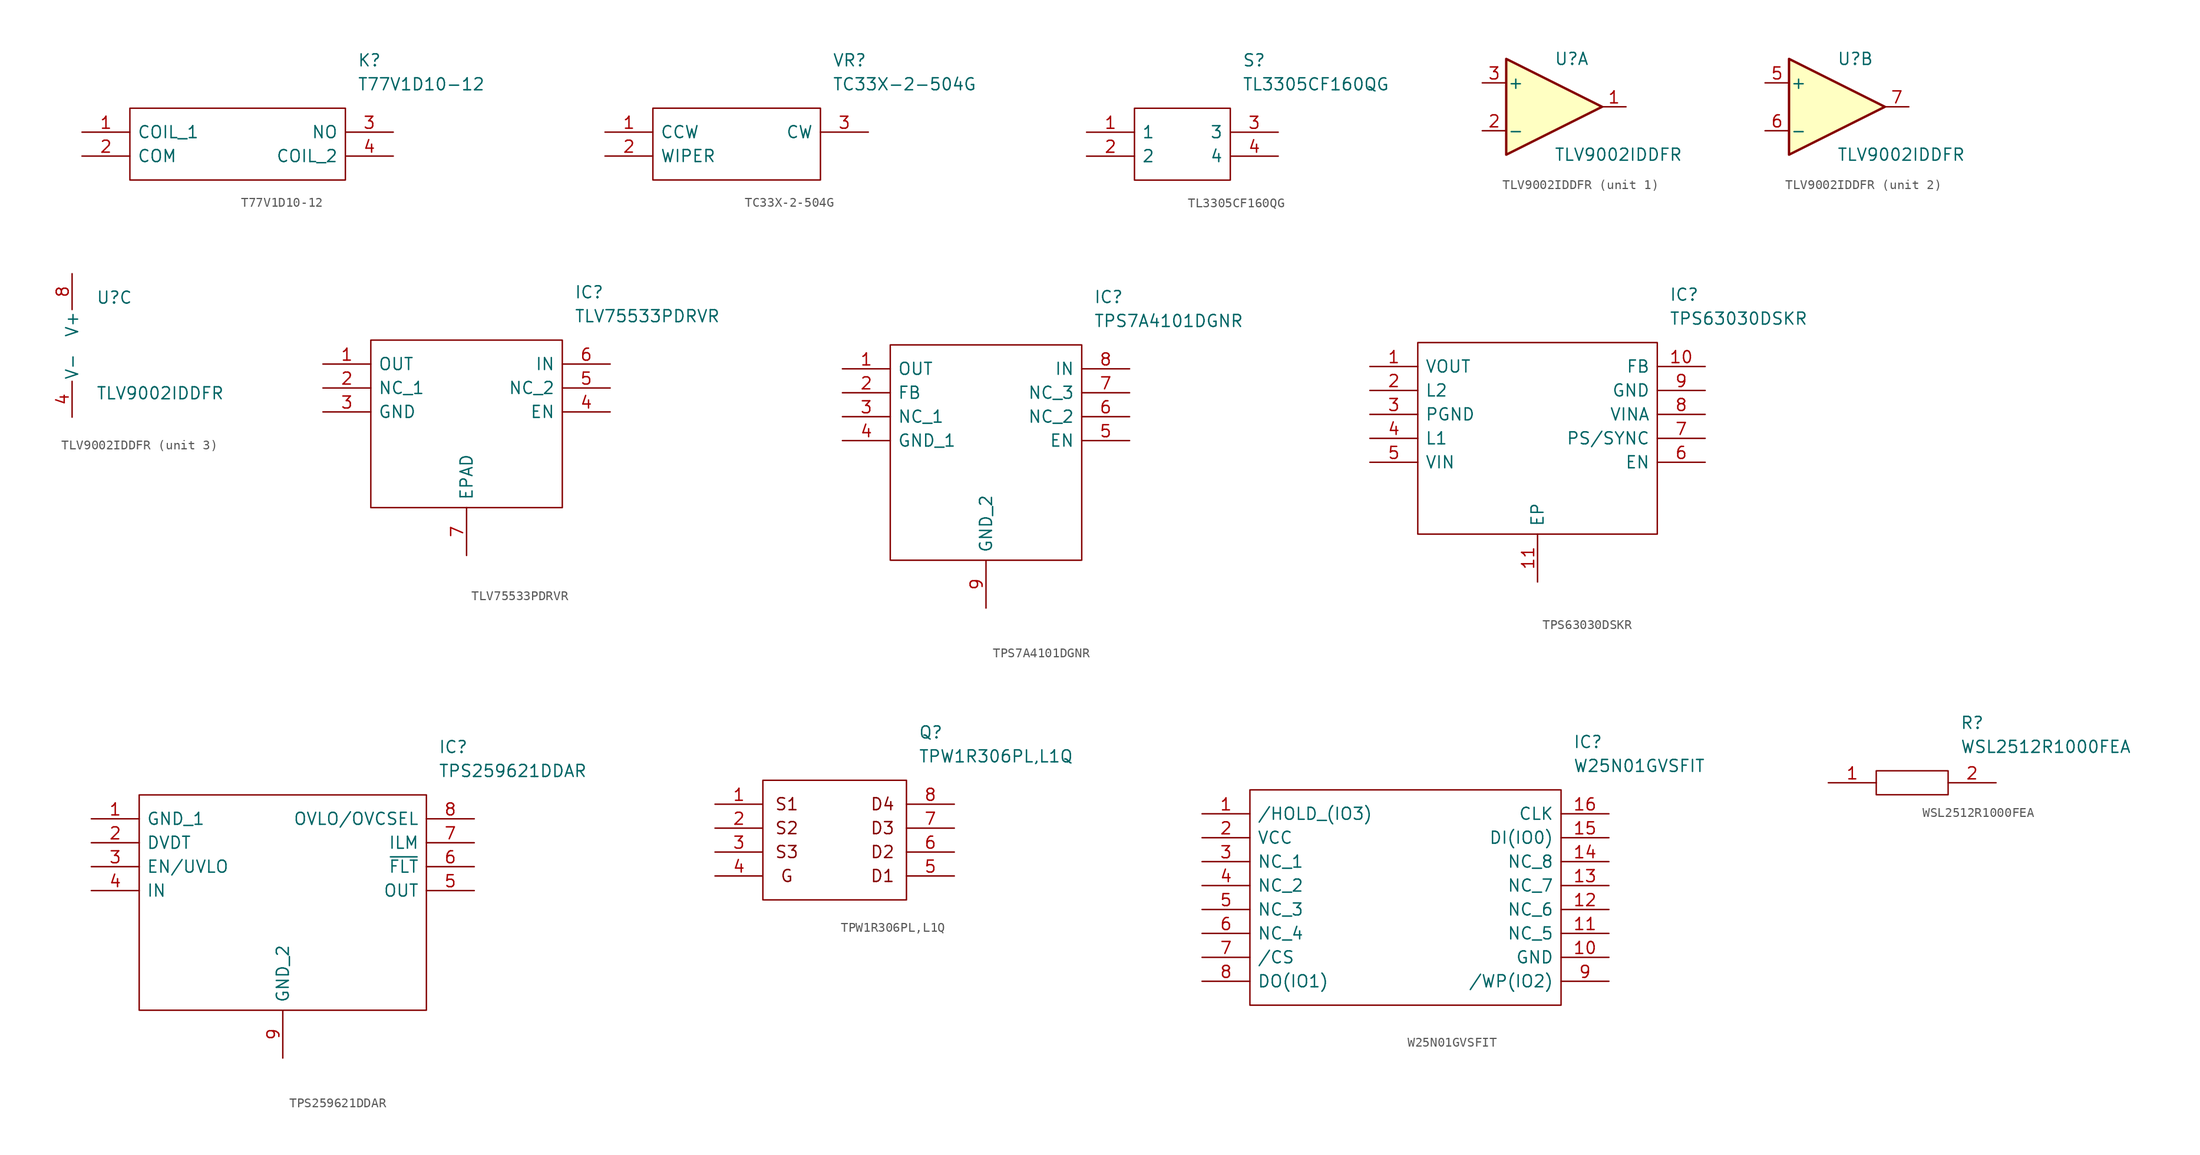
<source format=kicad_sym>
(kicad_symbol_lib
  (version 20211014)
  (generator kicad_symbol_editor)
  (symbol "T77V1D10-12"
    (pin_names
      (offset 0.762))
    (property "Reference" "K"
      (at 29.21 7.62 0)
      (effects (font (size 1.27 1.27)) (justify left)))
    (property "Value" "T77V1D10-12"
      (at 29.21 5.08 0)
      (effects (font (size 1.27 1.27)) (justify left)))
    (symbol "T77V1D10-12_0_0"
      (pin bidirectional line (at 0 0 0) (length 5.08) (name "COIL_1" (effects (font (size 1.27 1.27)))) (number "1" (effects (font (size 1.27 1.27)))))
      (pin bidirectional line (at 0 -2.54 0) (length 5.08) (name "COM" (effects (font (size 1.27 1.27)))) (number "2" (effects (font (size 1.27 1.27)))))
      (pin bidirectional line (at 33.02 0 180) (length 5.08) (name "NO" (effects (font (size 1.27 1.27)))) (number "3" (effects (font (size 1.27 1.27)))))
      (pin bidirectional line (at 33.02 -2.54 180) (length 5.08) (name "COIL_2" (effects (font (size 1.27 1.27)))) (number "4" (effects (font (size 1.27 1.27))))))
    (symbol "T77V1D10-12_0_1"
      (polyline (pts (xy 5.08 2.54) (xy 27.94 2.54) (xy 27.94 -5.08) (xy 5.08 -5.08) (xy 5.08 2.54)) (stroke (width 0.152) (type default) (color 0 0 0 0)) (fill (type none)))))
  (symbol "TC33X-2-504G"
    (pin_names
      (offset 0.762))
    (property "Reference" "VR"
      (at 24.13 7.62 0)
      (effects (font (size 1.27 1.27)) (justify left)))
    (property "Value" "TC33X-2-504G"
      (at 24.13 5.08 0)
      (effects (font (size 1.27 1.27)) (justify left)))
    (symbol "TC33X-2-504G_0_0"
      (pin passive line (at 0 0 0) (length 5.08) (name "CCW" (effects (font (size 1.27 1.27)))) (number "1" (effects (font (size 1.27 1.27)))))
      (pin passive line (at 0 -2.54 0) (length 5.08) (name "WIPER" (effects (font (size 1.27 1.27)))) (number "2" (effects (font (size 1.27 1.27)))))
      (pin passive line (at 27.94 0 180) (length 5.08) (name "CW" (effects (font (size 1.27 1.27)))) (number "3" (effects (font (size 1.27 1.27))))))
    (symbol "TC33X-2-504G_0_1"
      (polyline (pts (xy 5.08 2.54) (xy 22.86 2.54) (xy 22.86 -5.08) (xy 5.08 -5.08) (xy 5.08 2.54)) (stroke (width 0.152) (type default) (color 0 0 0 0)) (fill (type none)))))
  (symbol "TL3305CF160QG"
    (pin_names
      (offset 0.762))
    (property "Reference" "S"
      (at 16.51 7.62 0)
      (effects (font (size 1.27 1.27)) (justify left)))
    (property "Value" "TL3305CF160QG"
      (at 16.51 5.08 0)
      (effects (font (size 1.27 1.27)) (justify left)))
    (symbol "TL3305CF160QG_0_0"
      (pin bidirectional line (at 0 0 0) (length 5.08) (name "1" (effects (font (size 1.27 1.27)))) (number "1" (effects (font (size 1.27 1.27)))))
      (pin bidirectional line (at 0 -2.54 0) (length 5.08) (name "2" (effects (font (size 1.27 1.27)))) (number "2" (effects (font (size 1.27 1.27)))))
      (pin bidirectional line (at 20.32 0 180) (length 5.08) (name "3" (effects (font (size 1.27 1.27)))) (number "3" (effects (font (size 1.27 1.27)))))
      (pin bidirectional line (at 20.32 -2.54 180) (length 5.08) (name "4" (effects (font (size 1.27 1.27)))) (number "4" (effects (font (size 1.27 1.27))))))
    (symbol "TL3305CF160QG_0_1"
      (polyline (pts (xy 5.08 2.54) (xy 15.24 2.54) (xy 15.24 -5.08) (xy 5.08 -5.08) (xy 5.08 2.54)) (stroke (width 0.152) (type default) (color 0 0 0 0)) (fill (type none)))))
  (symbol "TLV9002IDDFR"
    (pin_names
      (offset 0.127))
    (property "Reference" "U"
      (at 0 5.08 0)
      (effects (font (size 1.27 1.27)) (justify left)))
    (property "Value" "TLV9002IDDFR"
      (at 0 -5.08 0)
      (effects (font (size 1.27 1.27)) (justify left)))
    (property "ki_locked" ""
      (at 0 0 0)
      (effects (font (size 1.27 1.27))))
    (symbol "TLV9002IDDFR_1_1"
      (polyline (pts (xy -5.08 5.08) (xy 5.08 0) (xy -5.08 -5.08) (xy -5.08 5.08)) (stroke (width 0.254) (type default) (color 0 0 0 0)) (fill (type background)))
      (pin output line (at 7.62 0 180) (length 2.54) (name "~" (effects (font (size 1.27 1.27)))) (number "1" (effects (font (size 1.27 1.27)))))
      (pin input line (at -7.62 -2.54 0) (length 2.54) (name "-" (effects (font (size 1.27 1.27)))) (number "2" (effects (font (size 1.27 1.27)))))
      (pin input line (at -7.62 2.54 0) (length 2.54) (name "+" (effects (font (size 1.27 1.27)))) (number "3" (effects (font (size 1.27 1.27))))))
    (symbol "TLV9002IDDFR_2_1"
      (polyline (pts (xy -5.08 5.08) (xy 5.08 0) (xy -5.08 -5.08) (xy -5.08 5.08)) (stroke (width 0.254) (type default) (color 0 0 0 0)) (fill (type background)))
      (pin input line (at -7.62 2.54 0) (length 2.54) (name "+" (effects (font (size 1.27 1.27)))) (number "5" (effects (font (size 1.27 1.27)))))
      (pin input line (at -7.62 -2.54 0) (length 2.54) (name "-" (effects (font (size 1.27 1.27)))) (number "6" (effects (font (size 1.27 1.27)))))
      (pin output line (at 7.62 0 180) (length 2.54) (name "~" (effects (font (size 1.27 1.27)))) (number "7" (effects (font (size 1.27 1.27))))))
    (symbol "TLV9002IDDFR_3_1"
      (pin power_in line (at -2.54 -7.62 90) (length 3.81) (name "V-" (effects (font (size 1.27 1.27)))) (number "4" (effects (font (size 1.27 1.27)))))
      (pin power_in line (at -2.54 7.62 270) (length 3.81) (name "V+" (effects (font (size 1.27 1.27)))) (number "8" (effects (font (size 1.27 1.27)))))))
  (symbol "TLV75533PDRVR"
    (pin_names
      (offset 0.762))
    (property "Reference" "IC"
      (at 26.67 7.62 0)
      (effects (font (size 1.27 1.27)) (justify left)))
    (property "Value" "TLV75533PDRVR"
      (at 26.67 5.08 0)
      (effects (font (size 1.27 1.27)) (justify left)))
    (symbol "TLV75533PDRVR_0_0"
      (pin passive line (at 0 0 0) (length 5.08) (name "OUT" (effects (font (size 1.27 1.27)))) (number "1" (effects (font (size 1.27 1.27)))))
      (pin passive line (at 0 -2.54 0) (length 5.08) (name "NC_1" (effects (font (size 1.27 1.27)))) (number "2" (effects (font (size 1.27 1.27)))))
      (pin passive line (at 0 -5.08 0) (length 5.08) (name "GND" (effects (font (size 1.27 1.27)))) (number "3" (effects (font (size 1.27 1.27)))))
      (pin passive line (at 30.48 -5.08 180) (length 5.08) (name "EN" (effects (font (size 1.27 1.27)))) (number "4" (effects (font (size 1.27 1.27)))))
      (pin passive line (at 30.48 -2.54 180) (length 5.08) (name "NC_2" (effects (font (size 1.27 1.27)))) (number "5" (effects (font (size 1.27 1.27)))))
      (pin passive line (at 30.48 0 180) (length 5.08) (name "IN" (effects (font (size 1.27 1.27)))) (number "6" (effects (font (size 1.27 1.27)))))
      (pin passive line (at 15.24 -20.32 90) (length 5.08) (name "EPAD" (effects (font (size 1.27 1.27)))) (number "7" (effects (font (size 1.27 1.27))))))
    (symbol "TLV75533PDRVR_0_1"
      (polyline (pts (xy 5.08 2.54) (xy 25.4 2.54) (xy 25.4 -15.24) (xy 5.08 -15.24) (xy 5.08 2.54)) (stroke (width 0.152) (type default) (color 0 0 0 0)) (fill (type none)))))
  (symbol "TPS7A4101DGNR"
    (pin_names
      (offset 0.762))
    (property "Reference" "IC"
      (at 26.67 7.62 0)
      (effects (font (size 1.27 1.27)) (justify left)))
    (property "Value" "TPS7A4101DGNR"
      (at 26.67 5.08 0)
      (effects (font (size 1.27 1.27)) (justify left)))
    (symbol "TPS7A4101DGNR_0_0"
      (pin bidirectional line (at 0 0 0) (length 5.08) (name "OUT" (effects (font (size 1.27 1.27)))) (number "1" (effects (font (size 1.27 1.27)))))
      (pin bidirectional line (at 0 -2.54 0) (length 5.08) (name "FB" (effects (font (size 1.27 1.27)))) (number "2" (effects (font (size 1.27 1.27)))))
      (pin bidirectional line (at 0 -5.08 0) (length 5.08) (name "NC_1" (effects (font (size 1.27 1.27)))) (number "3" (effects (font (size 1.27 1.27)))))
      (pin bidirectional line (at 0 -7.62 0) (length 5.08) (name "GND_1" (effects (font (size 1.27 1.27)))) (number "4" (effects (font (size 1.27 1.27)))))
      (pin bidirectional line (at 30.48 -7.62 180) (length 5.08) (name "EN" (effects (font (size 1.27 1.27)))) (number "5" (effects (font (size 1.27 1.27)))))
      (pin bidirectional line (at 30.48 -5.08 180) (length 5.08) (name "NC_2" (effects (font (size 1.27 1.27)))) (number "6" (effects (font (size 1.27 1.27)))))
      (pin bidirectional line (at 30.48 -2.54 180) (length 5.08) (name "NC_3" (effects (font (size 1.27 1.27)))) (number "7" (effects (font (size 1.27 1.27)))))
      (pin bidirectional line (at 30.48 0 180) (length 5.08) (name "IN" (effects (font (size 1.27 1.27)))) (number "8" (effects (font (size 1.27 1.27)))))
      (pin bidirectional line (at 15.24 -25.4 90) (length 5.08) (name "GND_2" (effects (font (size 1.27 1.27)))) (number "9" (effects (font (size 1.27 1.27))))))
    (symbol "TPS7A4101DGNR_0_1"
      (polyline (pts (xy 5.08 2.54) (xy 25.4 2.54) (xy 25.4 -20.32) (xy 5.08 -20.32) (xy 5.08 2.54)) (stroke (width 0.152) (type default) (color 0 0 0 0)) (fill (type none)))))
  (symbol "TPS63030DSKR"
    (pin_names
      (offset 0.762))
    (property "Reference" "IC"
      (at 31.75 7.62 0)
      (effects (font (size 1.27 1.27)) (justify left)))
    (property "Value" "TPS63030DSKR"
      (at 31.75 5.08 0)
      (effects (font (size 1.27 1.27)) (justify left)))
    (symbol "TPS63030DSKR_0_0"
      (pin unspecified line (at 0 0 0) (length 5.08) (name "VOUT" (effects (font (size 1.27 1.27)))) (number "1" (effects (font (size 1.27 1.27)))))
      (pin unspecified line (at 35.56 0 180) (length 5.08) (name "FB" (effects (font (size 1.27 1.27)))) (number "10" (effects (font (size 1.27 1.27)))))
      (pin unspecified line (at 17.78 -22.86 90) (length 5.08) (name "EP" (effects (font (size 1.27 1.27)))) (number "11" (effects (font (size 1.27 1.27)))))
      (pin unspecified line (at 0 -2.54 0) (length 5.08) (name "L2" (effects (font (size 1.27 1.27)))) (number "2" (effects (font (size 1.27 1.27)))))
      (pin unspecified line (at 0 -5.08 0) (length 5.08) (name "PGND" (effects (font (size 1.27 1.27)))) (number "3" (effects (font (size 1.27 1.27)))))
      (pin unspecified line (at 0 -7.62 0) (length 5.08) (name "L1" (effects (font (size 1.27 1.27)))) (number "4" (effects (font (size 1.27 1.27)))))
      (pin unspecified line (at 0 -10.16 0) (length 5.08) (name "VIN" (effects (font (size 1.27 1.27)))) (number "5" (effects (font (size 1.27 1.27)))))
      (pin unspecified line (at 35.56 -10.16 180) (length 5.08) (name "EN" (effects (font (size 1.27 1.27)))) (number "6" (effects (font (size 1.27 1.27)))))
      (pin unspecified line (at 35.56 -7.62 180) (length 5.08) (name "PS/SYNC" (effects (font (size 1.27 1.27)))) (number "7" (effects (font (size 1.27 1.27)))))
      (pin unspecified line (at 35.56 -5.08 180) (length 5.08) (name "VINA" (effects (font (size 1.27 1.27)))) (number "8" (effects (font (size 1.27 1.27)))))
      (pin unspecified line (at 35.56 -2.54 180) (length 5.08) (name "GND" (effects (font (size 1.27 1.27)))) (number "9" (effects (font (size 1.27 1.27))))))
    (symbol "TPS63030DSKR_0_1"
      (polyline (pts (xy 5.08 2.54) (xy 30.48 2.54) (xy 30.48 -17.78) (xy 5.08 -17.78) (xy 5.08 2.54)) (stroke (width 0.152) (type default) (color 0 0 0 0)) (fill (type none)))))
  (symbol "TPS259621DDAR"
    (pin_names
      (offset 0.762))
    (property "Reference" "IC"
      (at 36.83 7.62 0)
      (effects (font (size 1.27 1.27)) (justify left)))
    (property "Value" "TPS259621DDAR"
      (at 36.83 5.08 0)
      (effects (font (size 1.27 1.27)) (justify left)))
    (symbol "TPS259621DDAR_0_0"
      (pin unspecified line (at 0 0 0) (length 5.08) (name "GND_1" (effects (font (size 1.27 1.27)))) (number "1" (effects (font (size 1.27 1.27)))))
      (pin unspecified line (at 0 -2.54 0) (length 5.08) (name "DVDT" (effects (font (size 1.27 1.27)))) (number "2" (effects (font (size 1.27 1.27)))))
      (pin unspecified line (at 0 -5.08 0) (length 5.08) (name "EN/UVLO" (effects (font (size 1.27 1.27)))) (number "3" (effects (font (size 1.27 1.27)))))
      (pin unspecified line (at 0 -7.62 0) (length 5.08) (name "IN" (effects (font (size 1.27 1.27)))) (number "4" (effects (font (size 1.27 1.27)))))
      (pin unspecified line (at 40.64 -7.62 180) (length 5.08) (name "OUT" (effects (font (size 1.27 1.27)))) (number "5" (effects (font (size 1.27 1.27)))))
      (pin unspecified line (at 40.64 -5.08 180) (length 5.08) (name "~{FLT}" (effects (font (size 1.27 1.27)))) (number "6" (effects (font (size 1.27 1.27)))))
      (pin unspecified line (at 40.64 -2.54 180) (length 5.08) (name "ILM" (effects (font (size 1.27 1.27)))) (number "7" (effects (font (size 1.27 1.27)))))
      (pin unspecified line (at 40.64 0 180) (length 5.08) (name "OVLO/OVCSEL" (effects (font (size 1.27 1.27)))) (number "8" (effects (font (size 1.27 1.27)))))
      (pin unspecified line (at 20.32 -25.4 90) (length 5.08) (name "GND_2" (effects (font (size 1.27 1.27)))) (number "9" (effects (font (size 1.27 1.27))))))
    (symbol "TPS259621DDAR_0_1"
      (polyline (pts (xy 5.08 2.54) (xy 35.56 2.54) (xy 35.56 -20.32) (xy 5.08 -20.32) (xy 5.08 2.54)) (stroke (width 0.152) (type default) (color 0 0 0 0)) (fill (type none)))))
  (symbol "TPW1R306PL,L1Q"
    (pin_names
      (offset 0.762))
    (property "Reference" "Q"
      (at 21.59 7.62 0)
      (effects (font (size 1.27 1.27)) (justify left)))
    (property "Value" "TPW1R306PL,L1Q"
      (at 21.59 5.08 0)
      (effects (font (size 1.27 1.27)) (justify left)))
    (symbol "TPW1R306PL,L1Q_0_0"
      (text "D1" (at 17.78 -7.62 0) (effects (font (size 1.27 1.27))))
      (text "D2" (at 17.78 -5.08 0) (effects (font (size 1.27 1.27))))
      (text "D3" (at 17.78 -2.54 0) (effects (font (size 1.27 1.27))))
      (text "D4" (at 17.78 0 0) (effects (font (size 1.27 1.27))))
      (text "G" (at 7.62 -7.62 0) (effects (font (size 1.27 1.27))))
      (text "S1" (at 7.62 0 0) (effects (font (size 1.27 1.27))))
      (text "S2" (at 7.62 -2.54 0) (effects (font (size 1.27 1.27))))
      (text "S3" (at 7.62 -5.08 0) (effects (font (size 1.27 1.27))))
      (pin bidirectional line (at 0 0 0) (length 5.08) (name "~" (effects (font (size 1.27 1.27)))) (number "1" (effects (font (size 1.27 1.27)))))
      (pin bidirectional line (at 0 -2.54 0) (length 5.08) (name "~" (effects (font (size 1.27 1.27)))) (number "2" (effects (font (size 1.27 1.27)))))
      (pin bidirectional line (at 0 -5.08 0) (length 5.08) (name "~" (effects (font (size 1.27 1.27)))) (number "3" (effects (font (size 1.27 1.27)))))
      (pin bidirectional line (at 0 -7.62 0) (length 5.08) (name "~" (effects (font (size 1.27 1.27)))) (number "4" (effects (font (size 1.27 1.27)))))
      (pin bidirectional line (at 25.4 -7.62 180) (length 5.08) (name "~" (effects (font (size 1.27 1.27)))) (number "5" (effects (font (size 1.27 1.27)))))
      (pin bidirectional line (at 25.4 -5.08 180) (length 5.08) (name "~" (effects (font (size 1.27 1.27)))) (number "6" (effects (font (size 1.27 1.27)))))
      (pin bidirectional line (at 25.4 -2.54 180) (length 5.08) (name "~" (effects (font (size 1.27 1.27)))) (number "7" (effects (font (size 1.27 1.27)))))
      (pin bidirectional line (at 25.4 0 180) (length 5.08) (name "~" (effects (font (size 1.27 1.27)))) (number "8" (effects (font (size 1.27 1.27))))))
    (symbol "TPW1R306PL,L1Q_0_1"
      (polyline (pts (xy 5.08 2.54) (xy 20.32 2.54) (xy 20.32 -10.16) (xy 5.08 -10.16) (xy 5.08 2.54)) (stroke (width 0.152) (type default) (color 0 0 0 0)) (fill (type none)))))
  (symbol "W25N01GVSFIT"
    (pin_names
      (offset 0.762))
    (property "Reference" "IC"
      (at 39.37 7.62 0)
      (effects (font (size 1.27 1.27)) (justify left)))
    (property "Value" "W25N01GVSFIT"
      (at 39.37 5.08 0)
      (effects (font (size 1.27 1.27)) (justify left)))
    (symbol "W25N01GVSFIT_0_0"
      (pin unspecified line (at 0 0 0) (length 5.08) (name "/HOLD_(IO3)" (effects (font (size 1.27 1.27)))) (number "1" (effects (font (size 1.27 1.27)))))
      (pin unspecified line (at 43.18 -15.24 180) (length 5.08) (name "GND" (effects (font (size 1.27 1.27)))) (number "10" (effects (font (size 1.27 1.27)))))
      (pin unspecified line (at 43.18 -12.7 180) (length 5.08) (name "NC_5" (effects (font (size 1.27 1.27)))) (number "11" (effects (font (size 1.27 1.27)))))
      (pin unspecified line (at 43.18 -10.16 180) (length 5.08) (name "NC_6" (effects (font (size 1.27 1.27)))) (number "12" (effects (font (size 1.27 1.27)))))
      (pin unspecified line (at 43.18 -7.62 180) (length 5.08) (name "NC_7" (effects (font (size 1.27 1.27)))) (number "13" (effects (font (size 1.27 1.27)))))
      (pin unspecified line (at 43.18 -5.08 180) (length 5.08) (name "NC_8" (effects (font (size 1.27 1.27)))) (number "14" (effects (font (size 1.27 1.27)))))
      (pin unspecified line (at 43.18 -2.54 180) (length 5.08) (name "DI(IO0)" (effects (font (size 1.27 1.27)))) (number "15" (effects (font (size 1.27 1.27)))))
      (pin unspecified line (at 43.18 0 180) (length 5.08) (name "CLK" (effects (font (size 1.27 1.27)))) (number "16" (effects (font (size 1.27 1.27)))))
      (pin unspecified line (at 0 -2.54 0) (length 5.08) (name "VCC" (effects (font (size 1.27 1.27)))) (number "2" (effects (font (size 1.27 1.27)))))
      (pin unspecified line (at 0 -5.08 0) (length 5.08) (name "NC_1" (effects (font (size 1.27 1.27)))) (number "3" (effects (font (size 1.27 1.27)))))
      (pin unspecified line (at 0 -7.62 0) (length 5.08) (name "NC_2" (effects (font (size 1.27 1.27)))) (number "4" (effects (font (size 1.27 1.27)))))
      (pin unspecified line (at 0 -10.16 0) (length 5.08) (name "NC_3" (effects (font (size 1.27 1.27)))) (number "5" (effects (font (size 1.27 1.27)))))
      (pin unspecified line (at 0 -12.7 0) (length 5.08) (name "NC_4" (effects (font (size 1.27 1.27)))) (number "6" (effects (font (size 1.27 1.27)))))
      (pin unspecified line (at 0 -15.24 0) (length 5.08) (name "/CS" (effects (font (size 1.27 1.27)))) (number "7" (effects (font (size 1.27 1.27)))))
      (pin unspecified line (at 0 -17.78 0) (length 5.08) (name "DO(IO1)" (effects (font (size 1.27 1.27)))) (number "8" (effects (font (size 1.27 1.27)))))
      (pin unspecified line (at 43.18 -17.78 180) (length 5.08) (name "/WP(IO2)" (effects (font (size 1.27 1.27)))) (number "9" (effects (font (size 1.27 1.27))))))
    (symbol "W25N01GVSFIT_0_1"
      (polyline (pts (xy 5.08 2.54) (xy 38.1 2.54) (xy 38.1 -20.32) (xy 5.08 -20.32) (xy 5.08 2.54)) (stroke (width 0.152) (type default) (color 0 0 0 0)) (fill (type none)))))
  (symbol "WSL2512R1000FEA"
    (pin_names
      (offset 0.762))
    (property "Reference" "R"
      (at 13.97 6.35 0)
      (effects (font (size 1.27 1.27)) (justify left)))
    (property "Value" "WSL2512R1000FEA"
      (at 13.97 3.81 0)
      (effects (font (size 1.27 1.27)) (justify left)))
    (symbol "WSL2512R1000FEA_0_0"
      (pin passive line (at 0 0 0) (length 5.08) (name "~" (effects (font (size 1.27 1.27)))) (number "1" (effects (font (size 1.27 1.27)))))
      (pin passive line (at 17.78 0 180) (length 5.08) (name "~" (effects (font (size 1.27 1.27)))) (number "2" (effects (font (size 1.27 1.27))))))
    (symbol "WSL2512R1000FEA_0_1"
      (polyline (pts (xy 5.08 1.27) (xy 12.7 1.27) (xy 12.7 -1.27) (xy 5.08 -1.27) (xy 5.08 1.27)) (stroke (width 0.152) (type default) (color 0 0 0 0)) (fill (type none))))))
</source>
